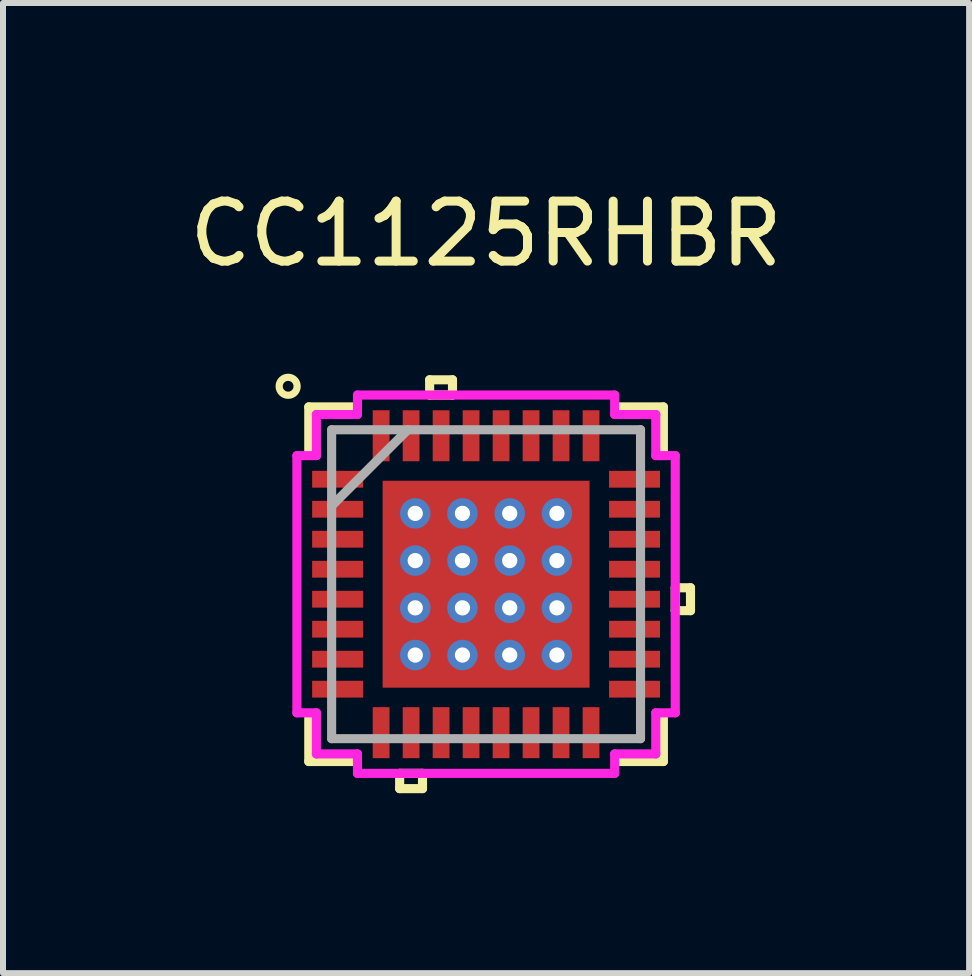
<source format=kicad_pcb>
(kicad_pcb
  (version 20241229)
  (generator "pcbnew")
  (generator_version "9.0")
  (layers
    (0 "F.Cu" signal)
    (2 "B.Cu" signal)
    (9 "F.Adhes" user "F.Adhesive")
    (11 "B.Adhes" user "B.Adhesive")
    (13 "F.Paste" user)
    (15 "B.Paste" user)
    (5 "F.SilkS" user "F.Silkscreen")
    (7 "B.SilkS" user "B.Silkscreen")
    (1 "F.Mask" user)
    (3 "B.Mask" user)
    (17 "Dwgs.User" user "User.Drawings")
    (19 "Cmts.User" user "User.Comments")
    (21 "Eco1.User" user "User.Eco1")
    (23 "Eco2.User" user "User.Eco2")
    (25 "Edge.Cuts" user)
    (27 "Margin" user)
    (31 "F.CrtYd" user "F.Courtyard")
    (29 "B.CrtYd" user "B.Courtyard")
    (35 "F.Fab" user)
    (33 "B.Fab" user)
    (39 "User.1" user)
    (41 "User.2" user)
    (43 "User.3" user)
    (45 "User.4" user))
  (footprint "CC1125RHBR"
    (layer "F.Cu")
    (at 5.054 6.69)
    (property "Reference" "CC1125RHBR" (at 0 -5.842 0) (layer "F.SilkS") (effects (font (size 1 1) (thickness 0.15))))
    (attr through_hole)
    (fp_line (start -1.788 -1.788) (end -1.381 -1.788) (stroke (width 0.152) (type solid)) (layer "F.Mask"))
    (fp_line (start -1.788 -1.788) (end 1.788 -1.788) (stroke (width 0.152) (type solid)) (layer "F.Mask"))
    (fp_line (start -1.788 -1.381) (end -1.788 -1.788) (stroke (width 0.152) (type solid)) (layer "F.Mask"))
    (fp_line (start -1.788 -0.981) (end 1.788 -0.981) (stroke (width 0.152) (type solid)) (layer "F.Mask"))
    (fp_line (start -1.788 -0.594) (end -1.788 -0.981) (stroke (width 0.152) (type solid)) (layer "F.Mask"))
    (fp_line (start -1.788 -0.194) (end 1.788 -0.194) (stroke (width 0.152) (type solid)) (layer "F.Mask"))
    (fp_line (start -1.788 0.194) (end -1.788 -0.194) (stroke (width 0.152) (type solid)) (layer "F.Mask"))
    (fp_line (start -1.788 0.594) (end 1.788 0.594) (stroke (width 0.152) (type solid)) (layer "F.Mask"))
    (fp_line (start -1.788 0.981) (end -1.788 0.594) (stroke (width 0.152) (type solid)) (layer "F.Mask"))
    (fp_line (start -1.788 1.381) (end 1.788 1.381) (stroke (width 0.152) (type solid)) (layer "F.Mask"))
    (fp_line (start -1.788 1.788) (end -1.788 -1.788) (stroke (width 0.152) (type solid)) (layer "F.Mask"))
    (fp_line (start -1.788 1.788) (end -1.788 1.381) (stroke (width 0.152) (type solid)) (layer "F.Mask"))
    (fp_line (start -1.381 -1.788) (end -1.381 1.788) (stroke (width 0.152) (type solid)) (layer "F.Mask"))
    (fp_line (start -1.381 1.788) (end -1.788 1.788) (stroke (width 0.152) (type solid)) (layer "F.Mask"))
    (fp_line (start -0.981 -1.788) (end -0.981 1.788) (stroke (width 0.152) (type solid)) (layer "F.Mask"))
    (fp_line (start -0.981 1.788) (end -0.594 1.788) (stroke (width 0.152) (type solid)) (layer "F.Mask"))
    (fp_line (start -0.594 -1.788) (end -0.981 -1.788) (stroke (width 0.152) (type solid)) (layer "F.Mask"))
    (fp_line (start -0.594 1.788) (end -0.594 -1.788) (stroke (width 0.152) (type solid)) (layer "F.Mask"))
    (fp_line (start -0.194 -1.788) (end -0.194 1.788) (stroke (width 0.152) (type solid)) (layer "F.Mask"))
    (fp_line (start -0.194 1.788) (end 0.194 1.788) (stroke (width 0.152) (type solid)) (layer "F.Mask"))
    (fp_line (start 0.194 -1.788) (end -0.194 -1.788) (stroke (width 0.152) (type solid)) (layer "F.Mask"))
    (fp_line (start 0.194 1.788) (end 0.194 -1.788) (stroke (width 0.152) (type solid)) (layer "F.Mask"))
    (fp_line (start 0.594 -1.788) (end 0.594 1.788) (stroke (width 0.152) (type solid)) (layer "F.Mask"))
    (fp_line (start 0.594 1.788) (end 0.981 1.788) (stroke (width 0.152) (type solid)) (layer "F.Mask"))
    (fp_line (start 0.981 -1.788) (end 0.594 -1.788) (stroke (width 0.152) (type solid)) (layer "F.Mask"))
    (fp_line (start 0.981 1.788) (end 0.981 -1.788) (stroke (width 0.152) (type solid)) (layer "F.Mask"))
    (fp_line (start 1.381 -1.788) (end 1.788 -1.788) (stroke (width 0.152) (type solid)) (layer "F.Mask"))
    (fp_line (start 1.381 1.788) (end 1.381 -1.788) (stroke (width 0.152) (type solid)) (layer "F.Mask"))
    (fp_line (start 1.788 -1.788) (end 1.788 -1.381) (stroke (width 0.152) (type solid)) (layer "F.Mask"))
    (fp_line (start 1.788 -1.788) (end 1.788 1.788) (stroke (width 0.152) (type solid)) (layer "F.Mask"))
    (fp_line (start 1.788 -1.381) (end -1.788 -1.381) (stroke (width 0.152) (type solid)) (layer "F.Mask"))
    (fp_line (start 1.788 -0.981) (end 1.788 -0.594) (stroke (width 0.152) (type solid)) (layer "F.Mask"))
    (fp_line (start 1.788 -0.594) (end -1.788 -0.594) (stroke (width 0.152) (type solid)) (layer "F.Mask"))
    (fp_line (start 1.788 -0.194) (end 1.788 0.194) (stroke (width 0.152) (type solid)) (layer "F.Mask"))
    (fp_line (start 1.788 0.194) (end -1.788 0.194) (stroke (width 0.152) (type solid)) (layer "F.Mask"))
    (fp_line (start 1.788 0.594) (end 1.788 0.981) (stroke (width 0.152) (type solid)) (layer "F.Mask"))
    (fp_line (start 1.788 0.981) (end -1.788 0.981) (stroke (width 0.152) (type solid)) (layer "F.Mask"))
    (fp_line (start 1.788 1.381) (end 1.788 1.788) (stroke (width 0.152) (type solid)) (layer "F.Mask"))
    (fp_line (start 1.788 1.788) (end -1.788 1.788) (stroke (width 0.152) (type solid)) (layer "F.Mask"))
    (fp_line (start 1.788 1.788) (end 1.381 1.788) (stroke (width 0.152) (type solid)) (layer "F.Mask"))
    (fp_line (start -2.956 -2.956) (end -2.956 -2.218) (stroke (width 0.152) (type solid)) (layer "F.SilkS"))
    (fp_line (start -2.956 2.218) (end -2.956 2.956) (stroke (width 0.152) (type solid)) (layer "F.SilkS"))
    (fp_line (start -2.956 2.956) (end -2.218 2.956) (stroke (width 0.152) (type solid)) (layer "F.SilkS"))
    (fp_line (start -2.218 -2.956) (end -2.956 -2.956) (stroke (width 0.152) (type solid)) (layer "F.SilkS"))
    (fp_line (start -1.441 3.154) (end -1.441 3.408) (stroke (width 0.152) (type solid)) (layer "F.SilkS"))
    (fp_line (start -1.441 3.408) (end -1.06 3.408) (stroke (width 0.152) (type solid)) (layer "F.SilkS"))
    (fp_line (start -1.06 3.154) (end -1.441 3.154) (stroke (width 0.152) (type solid)) (layer "F.SilkS"))
    (fp_line (start -1.06 3.408) (end -1.06 3.154) (stroke (width 0.152) (type solid)) (layer "F.SilkS"))
    (fp_line (start -0.941 -3.408) (end -0.56 -3.408) (stroke (width 0.152) (type solid)) (layer "F.SilkS"))
    (fp_line (start -0.941 -3.154) (end -0.941 -3.408) (stroke (width 0.152) (type solid)) (layer "F.SilkS"))
    (fp_line (start -0.56 -3.408) (end -0.56 -3.154) (stroke (width 0.152) (type solid)) (layer "F.SilkS"))
    (fp_line (start -0.56 -3.154) (end -0.941 -3.154) (stroke (width 0.152) (type solid)) (layer "F.SilkS"))
    (fp_line (start 2.218 2.956) (end 2.956 2.956) (stroke (width 0.152) (type solid)) (layer "F.SilkS"))
    (fp_line (start 2.956 -2.956) (end 2.218 -2.956) (stroke (width 0.152) (type solid)) (layer "F.SilkS"))
    (fp_line (start 2.956 -2.218) (end 2.956 -2.956) (stroke (width 0.152) (type solid)) (layer "F.SilkS"))
    (fp_line (start 2.956 2.956) (end 2.956 2.218) (stroke (width 0.152) (type solid)) (layer "F.SilkS"))
    (fp_line (start 3.154 0.059) (end 3.408 0.059) (stroke (width 0.152) (type solid)) (layer "F.SilkS"))
    (fp_line (start 3.154 0.441) (end 3.154 0.059) (stroke (width 0.152) (type solid)) (layer "F.SilkS"))
    (fp_line (start 3.408 0.059) (end 3.408 0.441) (stroke (width 0.152) (type solid)) (layer "F.SilkS"))
    (fp_line (start 3.408 0.441) (end 3.154 0.441) (stroke (width 0.152) (type solid)) (layer "F.SilkS"))
    (fp_circle (center -3.3 -3.3) (end -3.15 -3.3) (stroke (width 0.12) (type solid)) (fill no) (layer "F.SilkS"))
    (fp_line (start -1.65 -1.65) (end -1.65 -1.281) (stroke (width 0.152) (type solid)) (layer "F.Paste"))
    (fp_line (start -1.65 -1.281) (end -1.423 -1.281) (stroke (width 0.152) (type solid)) (layer "F.Paste"))
    (fp_line (start -1.65 -1.081) (end -1.65 -0.494) (stroke (width 0.152) (type solid)) (layer "F.Paste"))
    (fp_line (start -1.65 -0.494) (end -1.423 -0.494) (stroke (width 0.152) (type solid)) (layer "F.Paste"))
    (fp_line (start -1.65 -0.294) (end -1.65 0.294) (stroke (width 0.152) (type solid)) (layer "F.Paste"))
    (fp_line (start -1.65 0.294) (end -1.423 0.294) (stroke (width 0.152) (type solid)) (layer "F.Paste"))
    (fp_line (start -1.65 0.494) (end -1.65 1.081) (stroke (width 0.152) (type solid)) (layer "F.Paste"))
    (fp_line (start -1.65 1.081) (end -1.423 1.081) (stroke (width 0.152) (type solid)) (layer "F.Paste"))
    (fp_line (start -1.65 1.281) (end -1.65 1.65) (stroke (width 0.152) (type solid)) (layer "F.Paste"))
    (fp_line (start -1.65 1.65) (end -1.281 1.65) (stroke (width 0.152) (type solid)) (layer "F.Paste"))
    (fp_line (start -1.423 -1.281) (end -1.423 -1.281) (stroke (width 0.152) (type solid)) (layer "F.Paste"))
    (fp_line (start -1.423 -1.281) (end -1.281 -1.423) (stroke (width 0.152) (type solid)) (layer "F.Paste"))
    (fp_line (start -1.423 -1.081) (end -1.65 -1.081) (stroke (width 0.152) (type solid)) (layer "F.Paste"))
    (fp_line (start -1.423 -1.081) (end -1.423 -1.081) (stroke (width 0.152) (type solid)) (layer "F.Paste"))
    (fp_line (start -1.423 -0.494) (end -1.423 -0.494) (stroke (width 0.152) (type solid)) (layer "F.Paste"))
    (fp_line (start -1.423 -0.494) (end -1.281 -0.635) (stroke (width 0.152) (type solid)) (layer "F.Paste"))
    (fp_line (start -1.423 -0.294) (end -1.65 -0.294) (stroke (width 0.152) (type solid)) (layer "F.Paste"))
    (fp_line (start -1.423 -0.294) (end -1.423 -0.294) (stroke (width 0.152) (type solid)) (layer "F.Paste"))
    (fp_line (start -1.423 0.294) (end -1.423 0.294) (stroke (width 0.152) (type solid)) (layer "F.Paste"))
    (fp_line (start -1.423 0.294) (end -1.281 0.152) (stroke (width 0.152) (type solid)) (layer "F.Paste"))
    (fp_line (start -1.423 0.494) (end -1.65 0.494) (stroke (width 0.152) (type solid)) (layer "F.Paste"))
    (fp_line (start -1.423 0.494) (end -1.423 0.494) (stroke (width 0.152) (type solid)) (layer "F.Paste"))
    (fp_line (start -1.423 1.081) (end -1.423 1.081) (stroke (width 0.152) (type solid)) (layer "F.Paste"))
    (fp_line (start -1.423 1.081) (end -1.281 0.94) (stroke (width 0.152) (type solid)) (layer "F.Paste"))
    (fp_line (start -1.423 1.281) (end -1.65 1.281) (stroke (width 0.152) (type solid)) (layer "F.Paste"))
    (fp_line (start -1.423 1.281) (end -1.423 1.281) (stroke (width 0.152) (type solid)) (layer "F.Paste"))
    (fp_line (start -1.281 -1.65) (end -1.65 -1.65) (stroke (width 0.152) (type solid)) (layer "F.Paste"))
    (fp_line (start -1.281 -1.423) (end -1.281 -1.65) (stroke (width 0.152) (type solid)) (layer "F.Paste"))
    (fp_line (start -1.281 -1.423) (end -1.281 -1.423) (stroke (width 0.152) (type solid)) (layer "F.Paste"))
    (fp_line (start -1.281 -0.94) (end -1.423 -1.081) (stroke (width 0.152) (type solid)) (layer "F.Paste"))
    (fp_line (start -1.281 -0.94) (end -1.281 -0.94) (stroke (width 0.152) (type solid)) (layer "F.Paste"))
    (fp_line (start -1.281 -0.635) (end -1.281 -0.94) (stroke (width 0.152) (type solid)) (layer "F.Paste"))
    (fp_line (start -1.281 -0.635) (end -1.281 -0.635) (stroke (width 0.152) (type solid)) (layer "F.Paste"))
    (fp_line (start -1.281 -0.152) (end -1.423 -0.294) (stroke (width 0.152) (type solid)) (layer "F.Paste"))
    (fp_line (start -1.281 -0.152) (end -1.281 -0.152) (stroke (width 0.152) (type solid)) (layer "F.Paste"))
    (fp_line (start -1.281 0.152) (end -1.281 -0.152) (stroke (width 0.152) (type solid)) (layer "F.Paste"))
    (fp_line (start -1.281 0.152) (end -1.281 0.152) (stroke (width 0.152) (type solid)) (layer "F.Paste"))
    (fp_line (start -1.281 0.635) (end -1.423 0.494) (stroke (width 0.152) (type solid)) (layer "F.Paste"))
    (fp_line (start -1.281 0.635) (end -1.281 0.635) (stroke (width 0.152) (type solid)) (layer "F.Paste"))
    (fp_line (start -1.281 0.94) (end -1.281 0.635) (stroke (width 0.152) (type solid)) (layer "F.Paste"))
    (fp_line (start -1.281 0.94) (end -1.281 0.94) (stroke (width 0.152) (type solid)) (layer "F.Paste"))
    (fp_line (start -1.281 1.423) (end -1.423 1.281) (stroke (width 0.152) (type solid)) (layer "F.Paste"))
    (fp_line (start -1.281 1.423) (end -1.281 1.423) (stroke (width 0.152) (type solid)) (layer "F.Paste"))
    (fp_line (start -1.281 1.65) (end -1.281 1.423) (stroke (width 0.152) (type solid)) (layer "F.Paste"))
    (fp_line (start -1.081 -1.65) (end -1.081 -1.423) (stroke (width 0.152) (type solid)) (layer "F.Paste"))
    (fp_line (start -1.081 -1.423) (end -1.081 -1.423) (stroke (width 0.152) (type solid)) (layer "F.Paste"))
    (fp_line (start -1.081 -1.423) (end -0.94 -1.281) (stroke (width 0.152) (type solid)) (layer "F.Paste"))
    (fp_line (start -1.081 -0.94) (end -1.081 -0.94) (stroke (width 0.152) (type solid)) (layer "F.Paste"))
    (fp_line (start -1.081 -0.94) (end -1.081 -0.635) (stroke (width 0.152) (type solid)) (layer "F.Paste"))
    (fp_line (start -1.081 -0.635) (end -1.081 -0.635) (stroke (width 0.152) (type solid)) (layer "F.Paste"))
    (fp_line (start -1.081 -0.635) (end -0.94 -0.494) (stroke (width 0.152) (type solid)) (layer "F.Paste"))
    (fp_line (start -1.081 -0.152) (end -1.081 -0.152) (stroke (width 0.152) (type solid)) (layer "F.Paste"))
    (fp_line (start -1.081 -0.152) (end -1.081 0.152) (stroke (width 0.152) (type solid)) (layer "F.Paste"))
    (fp_line (start -1.081 0.152) (end -1.081 0.152) (stroke (width 0.152) (type solid)) (layer "F.Paste"))
    (fp_line (start -1.081 0.152) (end -0.94 0.294) (stroke (width 0.152) (type solid)) (layer "F.Paste"))
    (fp_line (start -1.081 0.635) (end -1.081 0.635) (stroke (width 0.152) (type solid)) (layer "F.Paste"))
    (fp_line (start -1.081 0.635) (end -1.081 0.94) (stroke (width 0.152) (type solid)) (layer "F.Paste"))
    (fp_line (start -1.081 0.94) (end -1.081 0.94) (stroke (width 0.152) (type solid)) (layer "F.Paste"))
    (fp_line (start -1.081 0.94) (end -0.94 1.081) (stroke (width 0.152) (type solid)) (layer "F.Paste"))
    (fp_line (start -1.081 1.423) (end -1.081 1.423) (stroke (width 0.152) (type solid)) (layer "F.Paste"))
    (fp_line (start -1.081 1.423) (end -1.081 1.65) (stroke (width 0.152) (type solid)) (layer "F.Paste"))
    (fp_line (start -1.081 1.65) (end -0.494 1.65) (stroke (width 0.152) (type solid)) (layer "F.Paste"))
    (fp_line (start -0.94 -1.281) (end -0.94 -1.281) (stroke (width 0.152) (type solid)) (layer "F.Paste"))
    (fp_line (start -0.94 -1.281) (end -0.635 -1.281) (stroke (width 0.152) (type solid)) (layer "F.Paste"))
    (fp_line (start -0.94 -1.081) (end -1.081 -0.94) (stroke (width 0.152) (type solid)) (layer "F.Paste"))
    (fp_line (start -0.94 -1.081) (end -0.94 -1.081) (stroke (width 0.152) (type solid)) (layer "F.Paste"))
    (fp_line (start -0.94 -0.494) (end -0.94 -0.494) (stroke (width 0.152) (type solid)) (layer "F.Paste"))
    (fp_line (start -0.94 -0.494) (end -0.635 -0.494) (stroke (width 0.152) (type solid)) (layer "F.Paste"))
    (fp_line (start -0.94 -0.294) (end -1.081 -0.152) (stroke (width 0.152) (type solid)) (layer "F.Paste"))
    (fp_line (start -0.94 -0.294) (end -0.94 -0.294) (stroke (width 0.152) (type solid)) (layer "F.Paste"))
    (fp_line (start -0.94 0.294) (end -0.94 0.294) (stroke (width 0.152) (type solid)) (layer "F.Paste"))
    (fp_line (start -0.94 0.294) (end -0.635 0.294) (stroke (width 0.152) (type solid)) (layer "F.Paste"))
    (fp_line (start -0.94 0.494) (end -1.081 0.635) (stroke (width 0.152) (type solid)) (layer "F.Paste"))
    (fp_line (start -0.94 0.494) (end -0.94 0.494) (stroke (width 0.152) (type solid)) (layer "F.Paste"))
    (fp_line (start -0.94 1.081) (end -0.94 1.081) (stroke (width 0.152) (type solid)) (layer "F.Paste"))
    (fp_line (start -0.94 1.081) (end -0.635 1.081) (stroke (width 0.152) (type solid)) (layer "F.Paste"))
    (fp_line (start -0.94 1.281) (end -1.081 1.423) (stroke (width 0.152) (type solid)) (layer "F.Paste"))
    (fp_line (start -0.94 1.281) (end -0.94 1.281) (stroke (width 0.152) (type solid)) (layer "F.Paste"))
    (fp_line (start -0.635 -1.281) (end -0.635 -1.281) (stroke (width 0.152) (type solid)) (layer "F.Paste"))
    (fp_line (start -0.635 -1.281) (end -0.494 -1.423) (stroke (width 0.152) (type solid)) (layer "F.Paste"))
    (fp_line (start -0.635 -1.081) (end -0.94 -1.081) (stroke (width 0.152) (type solid)) (layer "F.Paste"))
    (fp_line (start -0.635 -1.081) (end -0.635 -1.081) (stroke (width 0.152) (type solid)) (layer "F.Paste"))
    (fp_line (start -0.635 -0.494) (end -0.635 -0.494) (stroke (width 0.152) (type solid)) (layer "F.Paste"))
    (fp_line (start -0.635 -0.494) (end -0.494 -0.635) (stroke (width 0.152) (type solid)) (layer "F.Paste"))
    (fp_line (start -0.635 -0.294) (end -0.94 -0.294) (stroke (width 0.152) (type solid)) (layer "F.Paste"))
    (fp_line (start -0.635 -0.294) (end -0.635 -0.294) (stroke (width 0.152) (type solid)) (layer "F.Paste"))
    (fp_line (start -0.635 0.294) (end -0.635 0.294) (stroke (width 0.152) (type solid)) (layer "F.Paste"))
    (fp_line (start -0.635 0.294) (end -0.494 0.152) (stroke (width 0.152) (type solid)) (layer "F.Paste"))
    (fp_line (start -0.635 0.494) (end -0.94 0.494) (stroke (width 0.152) (type solid)) (layer "F.Paste"))
    (fp_line (start -0.635 0.494) (end -0.635 0.494) (stroke (width 0.152) (type solid)) (layer "F.Paste"))
    (fp_line (start -0.635 1.081) (end -0.635 1.081) (stroke (width 0.152) (type solid)) (layer "F.Paste"))
    (fp_line (start -0.635 1.081) (end -0.494 0.94) (stroke (width 0.152) (type solid)) (layer "F.Paste"))
    (fp_line (start -0.635 1.281) (end -0.94 1.281) (stroke (width 0.152) (type solid)) (layer "F.Paste"))
    (fp_line (start -0.635 1.281) (end -0.635 1.281) (stroke (width 0.152) (type solid)) (layer "F.Paste"))
    (fp_line (start -0.494 -1.65) (end -1.081 -1.65) (stroke (width 0.152) (type solid)) (layer "F.Paste"))
    (fp_line (start -0.494 -1.423) (end -0.494 -1.65) (stroke (width 0.152) (type solid)) (layer "F.Paste"))
    (fp_line (start -0.494 -1.423) (end -0.494 -1.423) (stroke (width 0.152) (type solid)) (layer "F.Paste"))
    (fp_line (start -0.494 -0.94) (end -0.635 -1.081) (stroke (width 0.152) (type solid)) (layer "F.Paste"))
    (fp_line (start -0.494 -0.94) (end -0.494 -0.94) (stroke (width 0.152) (type solid)) (layer "F.Paste"))
    (fp_line (start -0.494 -0.635) (end -0.494 -0.94) (stroke (width 0.152) (type solid)) (layer "F.Paste"))
    (fp_line (start -0.494 -0.635) (end -0.494 -0.635) (stroke (width 0.152) (type solid)) (layer "F.Paste"))
    (fp_line (start -0.494 -0.152) (end -0.635 -0.294) (stroke (width 0.152) (type solid)) (layer "F.Paste"))
    (fp_line (start -0.494 -0.152) (end -0.494 -0.152) (stroke (width 0.152) (type solid)) (layer "F.Paste"))
    (fp_line (start -0.494 0.152) (end -0.494 -0.152) (stroke (width 0.152) (type solid)) (layer "F.Paste"))
    (fp_line (start -0.494 0.152) (end -0.494 0.152) (stroke (width 0.152) (type solid)) (layer "F.Paste"))
    (fp_line (start -0.494 0.635) (end -0.635 0.494) (stroke (width 0.152) (type solid)) (layer "F.Paste"))
    (fp_line (start -0.494 0.635) (end -0.494 0.635) (stroke (width 0.152) (type solid)) (layer "F.Paste"))
    (fp_line (start -0.494 0.94) (end -0.494 0.635) (stroke (width 0.152) (type solid)) (layer "F.Paste"))
    (fp_line (start -0.494 0.94) (end -0.494 0.94) (stroke (width 0.152) (type solid)) (layer "F.Paste"))
    (fp_line (start -0.494 1.423) (end -0.635 1.281) (stroke (width 0.152) (type solid)) (layer "F.Paste"))
    (fp_line (start -0.494 1.423) (end -0.494 1.423) (stroke (width 0.152) (type solid)) (layer "F.Paste"))
    (fp_line (start -0.494 1.65) (end -0.494 1.423) (stroke (width 0.152) (type solid)) (layer "F.Paste"))
    (fp_line (start -0.294 -1.65) (end -0.294 -1.423) (stroke (width 0.152) (type solid)) (layer "F.Paste"))
    (fp_line (start -0.294 -1.423) (end -0.294 -1.423) (stroke (width 0.152) (type solid)) (layer "F.Paste"))
    (fp_line (start -0.294 -1.423) (end -0.152 -1.281) (stroke (width 0.152) (type solid)) (layer "F.Paste"))
    (fp_line (start -0.294 -0.94) (end -0.294 -0.94) (stroke (width 0.152) (type solid)) (layer "F.Paste"))
    (fp_line (start -0.294 -0.94) (end -0.294 -0.635) (stroke (width 0.152) (type solid)) (layer "F.Paste"))
    (fp_line (start -0.294 -0.635) (end -0.294 -0.635) (stroke (width 0.152) (type solid)) (layer "F.Paste"))
    (fp_line (start -0.294 -0.635) (end -0.152 -0.494) (stroke (width 0.152) (type solid)) (layer "F.Paste"))
    (fp_line (start -0.294 -0.152) (end -0.294 -0.152) (stroke (width 0.152) (type solid)) (layer "F.Paste"))
    (fp_line (start -0.294 -0.152) (end -0.294 0.152) (stroke (width 0.152) (type solid)) (layer "F.Paste"))
    (fp_line (start -0.294 0.152) (end -0.294 0.152) (stroke (width 0.152) (type solid)) (layer "F.Paste"))
    (fp_line (start -0.294 0.152) (end -0.152 0.294) (stroke (width 0.152) (type solid)) (layer "F.Paste"))
    (fp_line (start -0.294 0.635) (end -0.294 0.635) (stroke (width 0.152) (type solid)) (layer "F.Paste"))
    (fp_line (start -0.294 0.635) (end -0.294 0.94) (stroke (width 0.152) (type solid)) (layer "F.Paste"))
    (fp_line (start -0.294 0.94) (end -0.294 0.94) (stroke (width 0.152) (type solid)) (layer "F.Paste"))
    (fp_line (start -0.294 0.94) (end -0.152 1.081) (stroke (width 0.152) (type solid)) (layer "F.Paste"))
    (fp_line (start -0.294 1.423) (end -0.294 1.423) (stroke (width 0.152) (type solid)) (layer "F.Paste"))
    (fp_line (start -0.294 1.423) (end -0.294 1.65) (stroke (width 0.152) (type solid)) (layer "F.Paste"))
    (fp_line (start -0.294 1.65) (end 0.294 1.65) (stroke (width 0.152) (type solid)) (layer "F.Paste"))
    (fp_line (start -0.152 -1.281) (end -0.152 -1.281) (stroke (width 0.152) (type solid)) (layer "F.Paste"))
    (fp_line (start -0.152 -1.281) (end 0.152 -1.281) (stroke (width 0.152) (type solid)) (layer "F.Paste"))
    (fp_line (start -0.152 -1.081) (end -0.294 -0.94) (stroke (width 0.152) (type solid)) (layer "F.Paste"))
    (fp_line (start -0.152 -1.081) (end -0.152 -1.081) (stroke (width 0.152) (type solid)) (layer "F.Paste"))
    (fp_line (start -0.152 -0.494) (end -0.152 -0.494) (stroke (width 0.152) (type solid)) (layer "F.Paste"))
    (fp_line (start -0.152 -0.494) (end 0.152 -0.494) (stroke (width 0.152) (type solid)) (layer "F.Paste"))
    (fp_line (start -0.152 -0.294) (end -0.294 -0.152) (stroke (width 0.152) (type solid)) (layer "F.Paste"))
    (fp_line (start -0.152 -0.294) (end -0.152 -0.294) (stroke (width 0.152) (type solid)) (layer "F.Paste"))
    (fp_line (start -0.152 0.294) (end -0.152 0.294) (stroke (width 0.152) (type solid)) (layer "F.Paste"))
    (fp_line (start -0.152 0.294) (end 0.152 0.294) (stroke (width 0.152) (type solid)) (layer "F.Paste"))
    (fp_line (start -0.152 0.494) (end -0.294 0.635) (stroke (width 0.152) (type solid)) (layer "F.Paste"))
    (fp_line (start -0.152 0.494) (end -0.152 0.494) (stroke (width 0.152) (type solid)) (layer "F.Paste"))
    (fp_line (start -0.152 1.081) (end -0.152 1.081) (stroke (width 0.152) (type solid)) (layer "F.Paste"))
    (fp_line (start -0.152 1.081) (end 0.152 1.081) (stroke (width 0.152) (type solid)) (layer "F.Paste"))
    (fp_line (start -0.152 1.281) (end -0.294 1.423) (stroke (width 0.152) (type solid)) (layer "F.Paste"))
    (fp_line (start -0.152 1.281) (end -0.152 1.281) (stroke (width 0.152) (type solid)) (layer "F.Paste"))
    (fp_line (start 0.152 -1.281) (end 0.152 -1.281) (stroke (width 0.152) (type solid)) (layer "F.Paste"))
    (fp_line (start 0.152 -1.281) (end 0.294 -1.423) (stroke (width 0.152) (type solid)) (layer "F.Paste"))
    (fp_line (start 0.152 -1.081) (end -0.152 -1.081) (stroke (width 0.152) (type solid)) (layer "F.Paste"))
    (fp_line (start 0.152 -1.081) (end 0.152 -1.081) (stroke (width 0.152) (type solid)) (layer "F.Paste"))
    (fp_line (start 0.152 -0.494) (end 0.152 -0.494) (stroke (width 0.152) (type solid)) (layer "F.Paste"))
    (fp_line (start 0.152 -0.494) (end 0.294 -0.635) (stroke (width 0.152) (type solid)) (layer "F.Paste"))
    (fp_line (start 0.152 -0.294) (end -0.152 -0.294) (stroke (width 0.152) (type solid)) (layer "F.Paste"))
    (fp_line (start 0.152 -0.294) (end 0.152 -0.294) (stroke (width 0.152) (type solid)) (layer "F.Paste"))
    (fp_line (start 0.152 0.294) (end 0.152 0.294) (stroke (width 0.152) (type solid)) (layer "F.Paste"))
    (fp_line (start 0.152 0.294) (end 0.294 0.152) (stroke (width 0.152) (type solid)) (layer "F.Paste"))
    (fp_line (start 0.152 0.494) (end -0.152 0.494) (stroke (width 0.152) (type solid)) (layer "F.Paste"))
    (fp_line (start 0.152 0.494) (end 0.152 0.494) (stroke (width 0.152) (type solid)) (layer "F.Paste"))
    (fp_line (start 0.152 1.081) (end 0.152 1.081) (stroke (width 0.152) (type solid)) (layer "F.Paste"))
    (fp_line (start 0.152 1.081) (end 0.294 0.94) (stroke (width 0.152) (type solid)) (layer "F.Paste"))
    (fp_line (start 0.152 1.281) (end -0.152 1.281) (stroke (width 0.152) (type solid)) (layer "F.Paste"))
    (fp_line (start 0.152 1.281) (end 0.152 1.281) (stroke (width 0.152) (type solid)) (layer "F.Paste"))
    (fp_line (start 0.294 -1.65) (end -0.294 -1.65) (stroke (width 0.152) (type solid)) (layer "F.Paste"))
    (fp_line (start 0.294 -1.423) (end 0.294 -1.65) (stroke (width 0.152) (type solid)) (layer "F.Paste"))
    (fp_line (start 0.294 -1.423) (end 0.294 -1.423) (stroke (width 0.152) (type solid)) (layer "F.Paste"))
    (fp_line (start 0.294 -0.94) (end 0.152 -1.081) (stroke (width 0.152) (type solid)) (layer "F.Paste"))
    (fp_line (start 0.294 -0.94) (end 0.294 -0.94) (stroke (width 0.152) (type solid)) (layer "F.Paste"))
    (fp_line (start 0.294 -0.635) (end 0.294 -0.94) (stroke (width 0.152) (type solid)) (layer "F.Paste"))
    (fp_line (start 0.294 -0.635) (end 0.294 -0.635) (stroke (width 0.152) (type solid)) (layer "F.Paste"))
    (fp_line (start 0.294 -0.152) (end 0.152 -0.294) (stroke (width 0.152) (type solid)) (layer "F.Paste"))
    (fp_line (start 0.294 -0.152) (end 0.294 -0.152) (stroke (width 0.152) (type solid)) (layer "F.Paste"))
    (fp_line (start 0.294 0.152) (end 0.294 -0.152) (stroke (width 0.152) (type solid)) (layer "F.Paste"))
    (fp_line (start 0.294 0.152) (end 0.294 0.152) (stroke (width 0.152) (type solid)) (layer "F.Paste"))
    (fp_line (start 0.294 0.635) (end 0.152 0.494) (stroke (width 0.152) (type solid)) (layer "F.Paste"))
    (fp_line (start 0.294 0.635) (end 0.294 0.635) (stroke (width 0.152) (type solid)) (layer "F.Paste"))
    (fp_line (start 0.294 0.94) (end 0.294 0.635) (stroke (width 0.152) (type solid)) (layer "F.Paste"))
    (fp_line (start 0.294 0.94) (end 0.294 0.94) (stroke (width 0.152) (type solid)) (layer "F.Paste"))
    (fp_line (start 0.294 1.423) (end 0.152 1.281) (stroke (width 0.152) (type solid)) (layer "F.Paste"))
    (fp_line (start 0.294 1.423) (end 0.294 1.423) (stroke (width 0.152) (type solid)) (layer "F.Paste"))
    (fp_line (start 0.294 1.65) (end 0.294 1.423) (stroke (width 0.152) (type solid)) (layer "F.Paste"))
    (fp_line (start 0.494 -1.65) (end 0.494 -1.423) (stroke (width 0.152) (type solid)) (layer "F.Paste"))
    (fp_line (start 0.494 -1.423) (end 0.494 -1.423) (stroke (width 0.152) (type solid)) (layer "F.Paste"))
    (fp_line (start 0.494 -1.423) (end 0.635 -1.281) (stroke (width 0.152) (type solid)) (layer "F.Paste"))
    (fp_line (start 0.494 -0.94) (end 0.494 -0.94) (stroke (width 0.152) (type solid)) (layer "F.Paste"))
    (fp_line (start 0.494 -0.94) (end 0.494 -0.635) (stroke (width 0.152) (type solid)) (layer "F.Paste"))
    (fp_line (start 0.494 -0.635) (end 0.494 -0.635) (stroke (width 0.152) (type solid)) (layer "F.Paste"))
    (fp_line (start 0.494 -0.635) (end 0.635 -0.494) (stroke (width 0.152) (type solid)) (layer "F.Paste"))
    (fp_line (start 0.494 -0.152) (end 0.494 -0.152) (stroke (width 0.152) (type solid)) (layer "F.Paste"))
    (fp_line (start 0.494 -0.152) (end 0.494 0.152) (stroke (width 0.152) (type solid)) (layer "F.Paste"))
    (fp_line (start 0.494 0.152) (end 0.494 0.152) (stroke (width 0.152) (type solid)) (layer "F.Paste"))
    (fp_line (start 0.494 0.152) (end 0.635 0.294) (stroke (width 0.152) (type solid)) (layer "F.Paste"))
    (fp_line (start 0.494 0.635) (end 0.494 0.635) (stroke (width 0.152) (type solid)) (layer "F.Paste"))
    (fp_line (start 0.494 0.635) (end 0.494 0.94) (stroke (width 0.152) (type solid)) (layer "F.Paste"))
    (fp_line (start 0.494 0.94) (end 0.494 0.94) (stroke (width 0.152) (type solid)) (layer "F.Paste"))
    (fp_line (start 0.494 0.94) (end 0.635 1.081) (stroke (width 0.152) (type solid)) (layer "F.Paste"))
    (fp_line (start 0.494 1.423) (end 0.494 1.423) (stroke (width 0.152) (type solid)) (layer "F.Paste"))
    (fp_line (start 0.494 1.423) (end 0.494 1.65) (stroke (width 0.152) (type solid)) (layer "F.Paste"))
    (fp_line (start 0.494 1.65) (end 1.081 1.65) (stroke (width 0.152) (type solid)) (layer "F.Paste"))
    (fp_line (start 0.635 -1.281) (end 0.635 -1.281) (stroke (width 0.152) (type solid)) (layer "F.Paste"))
    (fp_line (start 0.635 -1.281) (end 0.94 -1.281) (stroke (width 0.152) (type solid)) (layer "F.Paste"))
    (fp_line (start 0.635 -1.081) (end 0.494 -0.94) (stroke (width 0.152) (type solid)) (layer "F.Paste"))
    (fp_line (start 0.635 -1.081) (end 0.635 -1.081) (stroke (width 0.152) (type solid)) (layer "F.Paste"))
    (fp_line (start 0.635 -0.494) (end 0.635 -0.494) (stroke (width 0.152) (type solid)) (layer "F.Paste"))
    (fp_line (start 0.635 -0.494) (end 0.94 -0.494) (stroke (width 0.152) (type solid)) (layer "F.Paste"))
    (fp_line (start 0.635 -0.294) (end 0.494 -0.152) (stroke (width 0.152) (type solid)) (layer "F.Paste"))
    (fp_line (start 0.635 -0.294) (end 0.635 -0.294) (stroke (width 0.152) (type solid)) (layer "F.Paste"))
    (fp_line (start 0.635 0.294) (end 0.635 0.294) (stroke (width 0.152) (type solid)) (layer "F.Paste"))
    (fp_line (start 0.635 0.294) (end 0.94 0.294) (stroke (width 0.152) (type solid)) (layer "F.Paste"))
    (fp_line (start 0.635 0.494) (end 0.494 0.635) (stroke (width 0.152) (type solid)) (layer "F.Paste"))
    (fp_line (start 0.635 0.494) (end 0.635 0.494) (stroke (width 0.152) (type solid)) (layer "F.Paste"))
    (fp_line (start 0.635 1.081) (end 0.635 1.081) (stroke (width 0.152) (type solid)) (layer "F.Paste"))
    (fp_line (start 0.635 1.081) (end 0.94 1.081) (stroke (width 0.152) (type solid)) (layer "F.Paste"))
    (fp_line (start 0.635 1.281) (end 0.494 1.423) (stroke (width 0.152) (type solid)) (layer "F.Paste"))
    (fp_line (start 0.635 1.281) (end 0.635 1.281) (stroke (width 0.152) (type solid)) (layer "F.Paste"))
    (fp_line (start 0.94 -1.281) (end 0.94 -1.281) (stroke (width 0.152) (type solid)) (layer "F.Paste"))
    (fp_line (start 0.94 -1.281) (end 1.081 -1.423) (stroke (width 0.152) (type solid)) (layer "F.Paste"))
    (fp_line (start 0.94 -1.081) (end 0.635 -1.081) (stroke (width 0.152) (type solid)) (layer "F.Paste"))
    (fp_line (start 0.94 -1.081) (end 0.94 -1.081) (stroke (width 0.152) (type solid)) (layer "F.Paste"))
    (fp_line (start 0.94 -0.494) (end 0.94 -0.494) (stroke (width 0.152) (type solid)) (layer "F.Paste"))
    (fp_line (start 0.94 -0.494) (end 1.081 -0.635) (stroke (width 0.152) (type solid)) (layer "F.Paste"))
    (fp_line (start 0.94 -0.294) (end 0.635 -0.294) (stroke (width 0.152) (type solid)) (layer "F.Paste"))
    (fp_line (start 0.94 -0.294) (end 0.94 -0.294) (stroke (width 0.152) (type solid)) (layer "F.Paste"))
    (fp_line (start 0.94 0.294) (end 0.94 0.294) (stroke (width 0.152) (type solid)) (layer "F.Paste"))
    (fp_line (start 0.94 0.294) (end 1.081 0.152) (stroke (width 0.152) (type solid)) (layer "F.Paste"))
    (fp_line (start 0.94 0.494) (end 0.635 0.494) (stroke (width 0.152) (type solid)) (layer "F.Paste"))
    (fp_line (start 0.94 0.494) (end 0.94 0.494) (stroke (width 0.152) (type solid)) (layer "F.Paste"))
    (fp_line (start 0.94 1.081) (end 0.94 1.081) (stroke (width 0.152) (type solid)) (layer "F.Paste"))
    (fp_line (start 0.94 1.081) (end 1.081 0.94) (stroke (width 0.152) (type solid)) (layer "F.Paste"))
    (fp_line (start 0.94 1.281) (end 0.635 1.281) (stroke (width 0.152) (type solid)) (layer "F.Paste"))
    (fp_line (start 0.94 1.281) (end 0.94 1.281) (stroke (width 0.152) (type solid)) (layer "F.Paste"))
    (fp_line (start 1.081 -1.65) (end 0.494 -1.65) (stroke (width 0.152) (type solid)) (layer "F.Paste"))
    (fp_line (start 1.081 -1.423) (end 1.081 -1.65) (stroke (width 0.152) (type solid)) (layer "F.Paste"))
    (fp_line (start 1.081 -1.423) (end 1.081 -1.423) (stroke (width 0.152) (type solid)) (layer "F.Paste"))
    (fp_line (start 1.081 -0.94) (end 0.94 -1.081) (stroke (width 0.152) (type solid)) (layer "F.Paste"))
    (fp_line (start 1.081 -0.94) (end 1.081 -0.94) (stroke (width 0.152) (type solid)) (layer "F.Paste"))
    (fp_line (start 1.081 -0.635) (end 1.081 -0.94) (stroke (width 0.152) (type solid)) (layer "F.Paste"))
    (fp_line (start 1.081 -0.635) (end 1.081 -0.635) (stroke (width 0.152) (type solid)) (layer "F.Paste"))
    (fp_line (start 1.081 -0.152) (end 0.94 -0.294) (stroke (width 0.152) (type solid)) (layer "F.Paste"))
    (fp_line (start 1.081 -0.152) (end 1.081 -0.152) (stroke (width 0.152) (type solid)) (layer "F.Paste"))
    (fp_line (start 1.081 0.152) (end 1.081 -0.152) (stroke (width 0.152) (type solid)) (layer "F.Paste"))
    (fp_line (start 1.081 0.152) (end 1.081 0.152) (stroke (width 0.152) (type solid)) (layer "F.Paste"))
    (fp_line (start 1.081 0.635) (end 0.94 0.494) (stroke (width 0.152) (type solid)) (layer "F.Paste"))
    (fp_line (start 1.081 0.635) (end 1.081 0.635) (stroke (width 0.152) (type solid)) (layer "F.Paste"))
    (fp_line (start 1.081 0.94) (end 1.081 0.635) (stroke (width 0.152) (type solid)) (layer "F.Paste"))
    (fp_line (start 1.081 0.94) (end 1.081 0.94) (stroke (width 0.152) (type solid)) (layer "F.Paste"))
    (fp_line (start 1.081 1.423) (end 0.94 1.281) (stroke (width 0.152) (type solid)) (layer "F.Paste"))
    (fp_line (start 1.081 1.423) (end 1.081 1.423) (stroke (width 0.152) (type solid)) (layer "F.Paste"))
    (fp_line (start 1.081 1.65) (end 1.081 1.423) (stroke (width 0.152) (type solid)) (layer "F.Paste"))
    (fp_line (start 1.281 -1.65) (end 1.281 -1.423) (stroke (width 0.152) (type solid)) (layer "F.Paste"))
    (fp_line (start 1.281 -1.423) (end 1.281 -1.423) (stroke (width 0.152) (type solid)) (layer "F.Paste"))
    (fp_line (start 1.281 -1.423) (end 1.423 -1.281) (stroke (width 0.152) (type solid)) (layer "F.Paste"))
    (fp_line (start 1.281 -0.94) (end 1.281 -0.94) (stroke (width 0.152) (type solid)) (layer "F.Paste"))
    (fp_line (start 1.281 -0.94) (end 1.281 -0.635) (stroke (width 0.152) (type solid)) (layer "F.Paste"))
    (fp_line (start 1.281 -0.635) (end 1.281 -0.635) (stroke (width 0.152) (type solid)) (layer "F.Paste"))
    (fp_line (start 1.281 -0.635) (end 1.423 -0.494) (stroke (width 0.152) (type solid)) (layer "F.Paste"))
    (fp_line (start 1.281 -0.152) (end 1.281 -0.152) (stroke (width 0.152) (type solid)) (layer "F.Paste"))
    (fp_line (start 1.281 -0.152) (end 1.281 0.152) (stroke (width 0.152) (type solid)) (layer "F.Paste"))
    (fp_line (start 1.281 0.152) (end 1.281 0.152) (stroke (width 0.152) (type solid)) (layer "F.Paste"))
    (fp_line (start 1.281 0.152) (end 1.423 0.294) (stroke (width 0.152) (type solid)) (layer "F.Paste"))
    (fp_line (start 1.281 0.635) (end 1.281 0.635) (stroke (width 0.152) (type solid)) (layer "F.Paste"))
    (fp_line (start 1.281 0.635) (end 1.281 0.94) (stroke (width 0.152) (type solid)) (layer "F.Paste"))
    (fp_line (start 1.281 0.94) (end 1.281 0.94) (stroke (width 0.152) (type solid)) (layer "F.Paste"))
    (fp_line (start 1.281 0.94) (end 1.423 1.081) (stroke (width 0.152) (type solid)) (layer "F.Paste"))
    (fp_line (start 1.281 1.423) (end 1.281 1.423) (stroke (width 0.152) (type solid)) (layer "F.Paste"))
    (fp_line (start 1.281 1.423) (end 1.281 1.65) (stroke (width 0.152) (type solid)) (layer "F.Paste"))
    (fp_line (start 1.281 1.65) (end 1.65 1.65) (stroke (width 0.152) (type solid)) (layer "F.Paste"))
    (fp_line (start 1.423 -1.281) (end 1.423 -1.281) (stroke (width 0.152) (type solid)) (layer "F.Paste"))
    (fp_line (start 1.423 -1.281) (end 1.65 -1.281) (stroke (width 0.152) (type solid)) (layer "F.Paste"))
    (fp_line (start 1.423 -1.081) (end 1.281 -0.94) (stroke (width 0.152) (type solid)) (layer "F.Paste"))
    (fp_line (start 1.423 -1.081) (end 1.423 -1.081) (stroke (width 0.152) (type solid)) (layer "F.Paste"))
    (fp_line (start 1.423 -0.494) (end 1.423 -0.494) (stroke (width 0.152) (type solid)) (layer "F.Paste"))
    (fp_line (start 1.423 -0.494) (end 1.65 -0.494) (stroke (width 0.152) (type solid)) (layer "F.Paste"))
    (fp_line (start 1.423 -0.294) (end 1.281 -0.152) (stroke (width 0.152) (type solid)) (layer "F.Paste"))
    (fp_line (start 1.423 -0.294) (end 1.423 -0.294) (stroke (width 0.152) (type solid)) (layer "F.Paste"))
    (fp_line (start 1.423 0.294) (end 1.423 0.294) (stroke (width 0.152) (type solid)) (layer "F.Paste"))
    (fp_line (start 1.423 0.294) (end 1.65 0.294) (stroke (width 0.152) (type solid)) (layer "F.Paste"))
    (fp_line (start 1.423 0.494) (end 1.281 0.635) (stroke (width 0.152) (type solid)) (layer "F.Paste"))
    (fp_line (start 1.423 0.494) (end 1.423 0.494) (stroke (width 0.152) (type solid)) (layer "F.Paste"))
    (fp_line (start 1.423 1.081) (end 1.423 1.081) (stroke (width 0.152) (type solid)) (layer "F.Paste"))
    (fp_line (start 1.423 1.081) (end 1.65 1.081) (stroke (width 0.152) (type solid)) (layer "F.Paste"))
    (fp_line (start 1.423 1.281) (end 1.281 1.423) (stroke (width 0.152) (type solid)) (layer "F.Paste"))
    (fp_line (start 1.423 1.281) (end 1.423 1.281) (stroke (width 0.152) (type solid)) (layer "F.Paste"))
    (fp_line (start 1.65 -1.65) (end 1.281 -1.65) (stroke (width 0.152) (type solid)) (layer "F.Paste"))
    (fp_line (start 1.65 -1.281) (end 1.65 -1.65) (stroke (width 0.152) (type solid)) (layer "F.Paste"))
    (fp_line (start 1.65 -1.081) (end 1.423 -1.081) (stroke (width 0.152) (type solid)) (layer "F.Paste"))
    (fp_line (start 1.65 -0.494) (end 1.65 -1.081) (stroke (width 0.152) (type solid)) (layer "F.Paste"))
    (fp_line (start 1.65 -0.294) (end 1.423 -0.294) (stroke (width 0.152) (type solid)) (layer "F.Paste"))
    (fp_line (start 1.65 0.294) (end 1.65 -0.294) (stroke (width 0.152) (type solid)) (layer "F.Paste"))
    (fp_line (start 1.65 0.494) (end 1.423 0.494) (stroke (width 0.152) (type solid)) (layer "F.Paste"))
    (fp_line (start 1.65 1.081) (end 1.65 0.494) (stroke (width 0.152) (type solid)) (layer "F.Paste"))
    (fp_line (start 1.65 1.281) (end 1.423 1.281) (stroke (width 0.152) (type solid)) (layer "F.Paste"))
    (fp_line (start 1.65 1.65) (end 1.65 1.281) (stroke (width 0.152) (type solid)) (layer "F.Paste"))
    (fp_line (start -3.154 -2.144) (end -2.829 -2.144) (stroke (width 0.152) (type solid)) (layer "F.CrtYd"))
    (fp_line (start -3.154 2.144) (end -3.154 -2.144) (stroke (width 0.152) (type solid)) (layer "F.CrtYd"))
    (fp_line (start -2.829 -2.829) (end -2.144 -2.829) (stroke (width 0.152) (type solid)) (layer "F.CrtYd"))
    (fp_line (start -2.829 -2.144) (end -2.829 -2.829) (stroke (width 0.152) (type solid)) (layer "F.CrtYd"))
    (fp_line (start -2.829 2.144) (end -3.154 2.144) (stroke (width 0.152) (type solid)) (layer "F.CrtYd"))
    (fp_line (start -2.829 2.829) (end -2.829 2.144) (stroke (width 0.152) (type solid)) (layer "F.CrtYd"))
    (fp_line (start -2.144 -3.154) (end 2.144 -3.154) (stroke (width 0.152) (type solid)) (layer "F.CrtYd"))
    (fp_line (start -2.144 -2.829) (end -2.144 -3.154) (stroke (width 0.152) (type solid)) (layer "F.CrtYd"))
    (fp_line (start -2.144 2.829) (end -2.829 2.829) (stroke (width 0.152) (type solid)) (layer "F.CrtYd"))
    (fp_line (start -2.144 3.154) (end -2.144 2.829) (stroke (width 0.152) (type solid)) (layer "F.CrtYd"))
    (fp_line (start 2.144 -3.154) (end 2.144 -2.829) (stroke (width 0.152) (type solid)) (layer "F.CrtYd"))
    (fp_line (start 2.144 -2.829) (end 2.829 -2.829) (stroke (width 0.152) (type solid)) (layer "F.CrtYd"))
    (fp_line (start 2.144 2.829) (end 2.144 3.154) (stroke (width 0.152) (type solid)) (layer "F.CrtYd"))
    (fp_line (start 2.144 3.154) (end -2.144 3.154) (stroke (width 0.152) (type solid)) (layer "F.CrtYd"))
    (fp_line (start 2.829 -2.829) (end 2.829 -2.144) (stroke (width 0.152) (type solid)) (layer "F.CrtYd"))
    (fp_line (start 2.829 -2.144) (end 3.154 -2.144) (stroke (width 0.152) (type solid)) (layer "F.CrtYd"))
    (fp_line (start 2.829 2.144) (end 2.829 2.829) (stroke (width 0.152) (type solid)) (layer "F.CrtYd"))
    (fp_line (start 2.829 2.829) (end 2.144 2.829) (stroke (width 0.152) (type solid)) (layer "F.CrtYd"))
    (fp_line (start 3.154 -2.144) (end 3.154 2.144) (stroke (width 0.152) (type solid)) (layer "F.CrtYd"))
    (fp_line (start 3.154 2.144) (end 2.829 2.144) (stroke (width 0.152) (type solid)) (layer "F.CrtYd"))
    (fp_line (start -2.575 -2.575) (end -2.575 2.575) (stroke (width 0.152) (type solid)) (layer "F.Fab"))
    (fp_line (start -2.575 -1.305) (end -1.305 -2.575) (stroke (width 0.152) (type solid)) (layer "F.Fab"))
    (fp_line (start -2.575 2.575) (end 2.575 2.575) (stroke (width 0.152) (type solid)) (layer "F.Fab"))
    (fp_line (start 2.575 -2.575) (end -2.575 -2.575) (stroke (width 0.152) (type solid)) (layer "F.Fab"))
    (fp_line (start 2.575 2.575) (end 2.575 -2.575) (stroke (width 0.152) (type solid)) (layer "F.Fab"))
    (pad "1" smd rect (at -2.475 -1.75 90) (size 0.28 0.85) (layers "F.Cu" "F.Mask" "F.Paste"))
    (pad "2" smd rect (at -2.475 -1.25 90) (size 0.28 0.85) (layers "F.Cu" "F.Mask" "F.Paste"))
    (pad "3" smd rect (at -2.475 -0.75 90) (size 0.28 0.85) (layers "F.Cu" "F.Mask" "F.Paste"))
    (pad "4" smd rect (at -2.475 -0.25 90) (size 0.28 0.85) (layers "F.Cu" "F.Mask" "F.Paste"))
    (pad "5" smd rect (at -2.475 0.25 90) (size 0.28 0.85) (layers "F.Cu" "F.Mask" "F.Paste"))
    (pad "6" smd rect (at -2.475 0.75 90) (size 0.28 0.85) (layers "F.Cu" "F.Mask" "F.Paste"))
    (pad "7" smd rect (at -2.475 1.25 90) (size 0.28 0.85) (layers "F.Cu" "F.Mask" "F.Paste"))
    (pad "8" smd rect (at -2.475 1.75 90) (size 0.28 0.85) (layers "F.Cu" "F.Mask" "F.Paste"))
    (pad "9" smd rect (at -1.75 2.475) (size 0.28 0.85) (layers "F.Cu" "F.Mask" "F.Paste"))
    (pad "10" smd rect (at -1.25 2.475) (size 0.28 0.85) (layers "F.Cu" "F.Mask" "F.Paste"))
    (pad "11" smd rect (at -0.75 2.475) (size 0.28 0.85) (layers "F.Cu" "F.Mask" "F.Paste"))
    (pad "12" smd rect (at -0.25 2.475) (size 0.28 0.85) (layers "F.Cu" "F.Mask" "F.Paste"))
    (pad "13" smd rect (at 0.25 2.475) (size 0.28 0.85) (layers "F.Cu" "F.Mask" "F.Paste"))
    (pad "14" smd rect (at 0.75 2.475) (size 0.28 0.85) (layers "F.Cu" "F.Mask" "F.Paste"))
    (pad "15" smd rect (at 1.25 2.475) (size 0.28 0.85) (layers "F.Cu" "F.Mask" "F.Paste"))
    (pad "16" smd rect (at 1.75 2.475) (size 0.28 0.85) (layers "F.Cu" "F.Mask" "F.Paste"))
    (pad "17" smd rect (at 2.475 1.75 90) (size 0.28 0.85) (layers "F.Cu" "F.Mask" "F.Paste"))
    (pad "18" smd rect (at 2.475 1.25 90) (size 0.28 0.85) (layers "F.Cu" "F.Mask" "F.Paste"))
    (pad "19" smd rect (at 2.475 0.75 90) (size 0.28 0.85) (layers "F.Cu" "F.Mask" "F.Paste"))
    (pad "20" smd rect (at 2.475 0.25 90) (size 0.28 0.85) (layers "F.Cu" "F.Mask" "F.Paste"))
    (pad "21" smd rect (at 2.475 -0.25 90) (size 0.28 0.85) (layers "F.Cu" "F.Mask" "F.Paste"))
    (pad "22" smd rect (at 2.475 -0.75 90) (size 0.28 0.85) (layers "F.Cu" "F.Mask" "F.Paste"))
    (pad "23" smd rect (at 2.475 -1.25 90) (size 0.28 0.85) (layers "F.Cu" "F.Mask" "F.Paste"))
    (pad "24" smd rect (at 2.475 -1.75 90) (size 0.28 0.85) (layers "F.Cu" "F.Mask" "F.Paste"))
    (pad "25" smd rect (at 1.75 -2.475) (size 0.28 0.85) (layers "F.Cu" "F.Mask" "F.Paste"))
    (pad "26" smd rect (at 1.25 -2.475) (size 0.28 0.85) (layers "F.Cu" "F.Mask" "F.Paste"))
    (pad "27" smd rect (at 0.75 -2.475) (size 0.28 0.85) (layers "F.Cu" "F.Mask" "F.Paste"))
    (pad "28" smd rect (at 0.25 -2.475) (size 0.28 0.85) (layers "F.Cu" "F.Mask" "F.Paste"))
    (pad "29" smd rect (at -0.25 -2.475) (size 0.28 0.85) (layers "F.Cu" "F.Mask" "F.Paste"))
    (pad "30" smd rect (at -0.75 -2.475) (size 0.28 0.85) (layers "F.Cu" "F.Mask" "F.Paste"))
    (pad "31" smd rect (at -1.25 -2.475) (size 0.28 0.85) (layers "F.Cu" "F.Mask" "F.Paste"))
    (pad "32" smd rect (at -1.75 -2.475) (size 0.28 0.85) (layers "F.Cu" "F.Mask" "F.Paste"))
    (pad "33" thru_hole circle (at -1.181 -1.181) (size 0.508 0.508) (drill 0.254) (layers "*.Cu" "*.Mask"))
    (pad "33" thru_hole circle (at -1.181 -0.394) (size 0.508 0.508) (drill 0.254) (layers "*.Cu" "*.Mask"))
    (pad "33" thru_hole circle (at -1.181 0.394) (size 0.508 0.508) (drill 0.254) (layers "*.Cu" "*.Mask"))
    (pad "33" thru_hole circle (at -1.181 1.181) (size 0.508 0.508) (drill 0.254) (layers "*.Cu" "*.Mask"))
    (pad "33" thru_hole circle (at -0.394 -1.181) (size 0.508 0.508) (drill 0.254) (layers "*.Cu" "*.Mask"))
    (pad "33" thru_hole circle (at -0.394 -0.394) (size 0.508 0.508) (drill 0.254) (layers "*.Cu" "*.Mask"))
    (pad "33" thru_hole circle (at -0.394 0.394) (size 0.508 0.508) (drill 0.254) (layers "*.Cu" "*.Mask"))
    (pad "33" thru_hole circle (at -0.394 1.181) (size 0.508 0.508) (drill 0.254) (layers "*.Cu" "*.Mask"))
    (pad "33" smd rect (at 0 0) (size 3.45 3.45) (layers "F.Cu" "F.Mask" "F.Paste"))
    (pad "33" thru_hole circle (at 0.394 -1.181) (size 0.508 0.508) (drill 0.254) (layers "*.Cu" "*.Mask"))
    (pad "33" thru_hole circle (at 0.394 -0.394) (size 0.508 0.508) (drill 0.254) (layers "*.Cu" "*.Mask"))
    (pad "33" thru_hole circle (at 0.394 0.394) (size 0.508 0.508) (drill 0.254) (layers "*.Cu" "*.Mask"))
    (pad "33" thru_hole circle (at 0.394 1.181) (size 0.508 0.508) (drill 0.254) (layers "*.Cu" "*.Mask"))
    (pad "33" thru_hole circle (at 1.181 -1.181) (size 0.508 0.508) (drill 0.254) (layers "*.Cu" "*.Mask"))
    (pad "33" thru_hole circle (at 1.181 -0.394) (size 0.508 0.508) (drill 0.254) (layers "*.Cu" "*.Mask"))
    (pad "33" thru_hole circle (at 1.181 0.394) (size 0.508 0.508) (drill 0.254) (layers "*.Cu" "*.Mask"))
    (pad "33" thru_hole circle (at 1.181 1.181) (size 0.508 0.508) (drill 0.254) (layers "*.Cu" "*.Mask")))
  (gr_rect
    (start -3 -3)
    (end 13.107 13.174)
    (stroke (width 0.1) (type default))
    (fill no)
    (layer "Edge.Cuts")))
</source>
